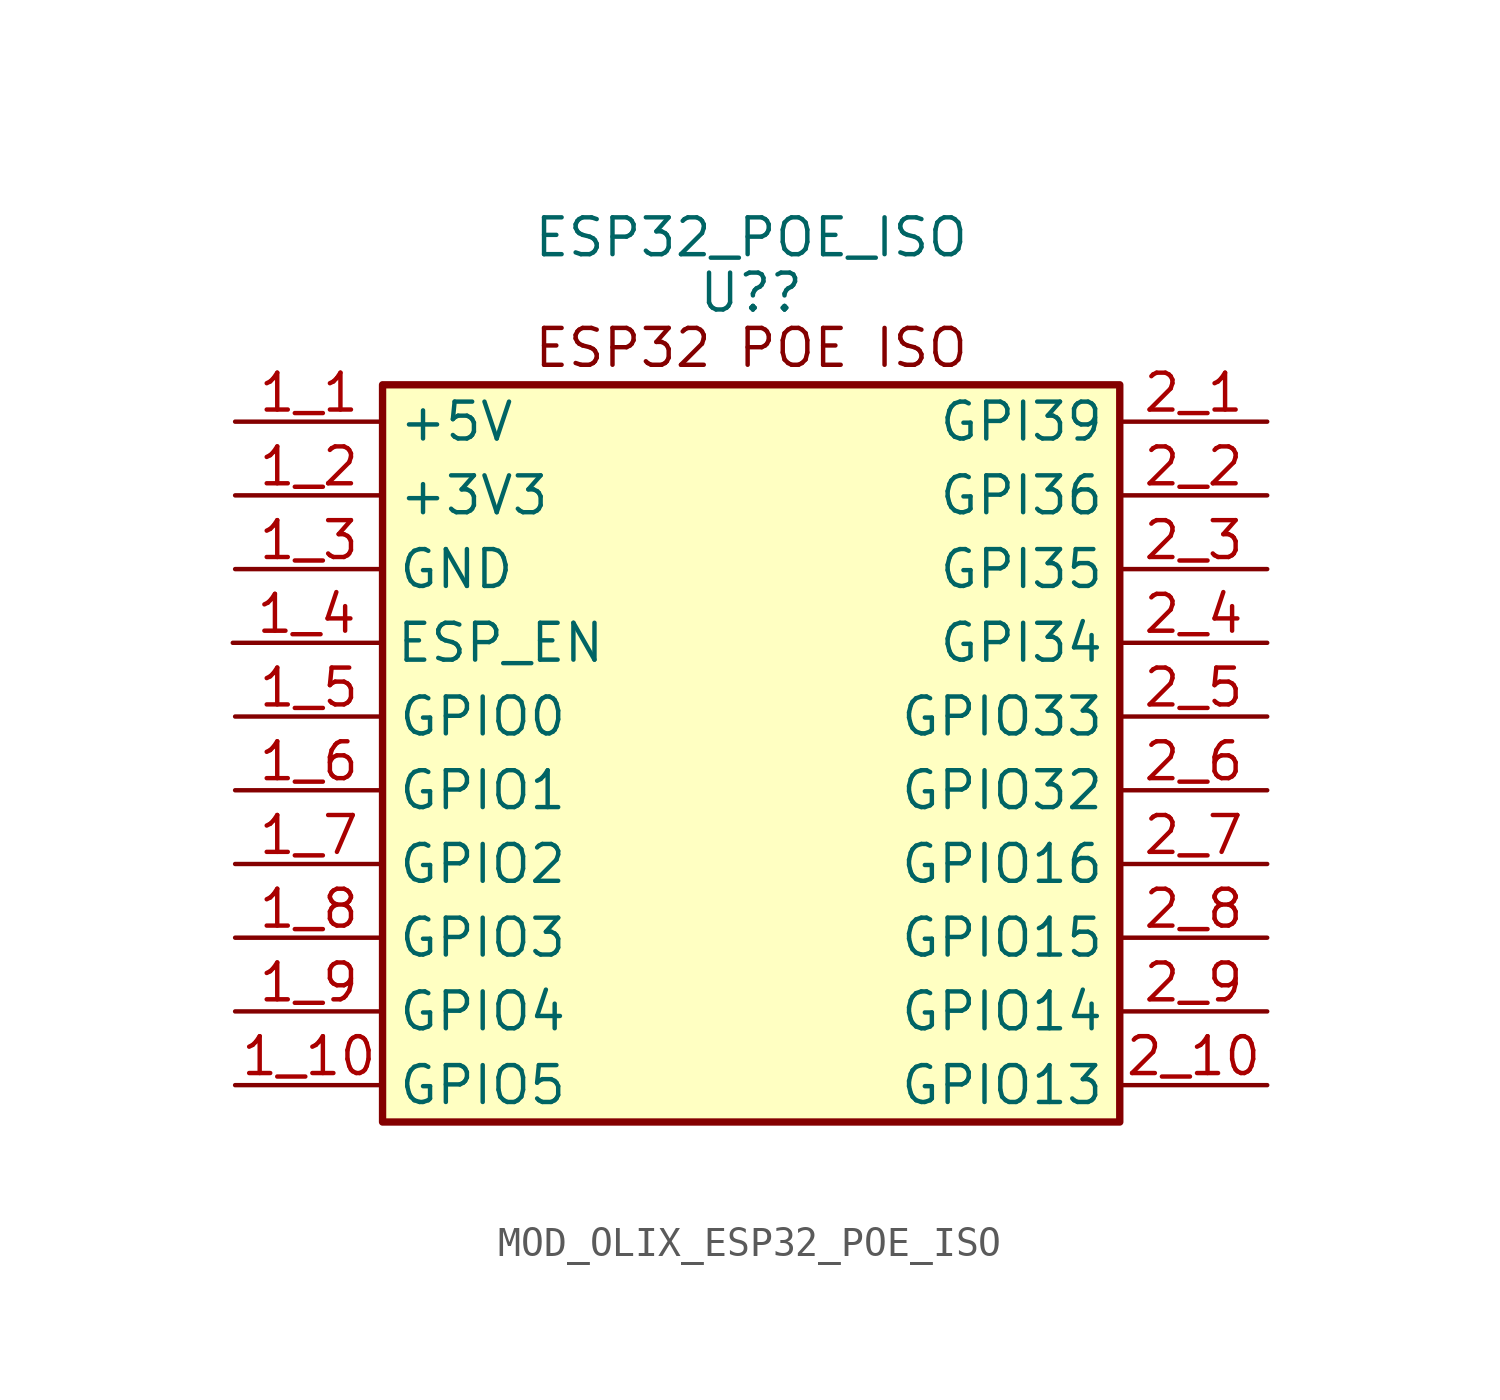
<source format=kicad_sym>
(kicad_symbol_lib
  (version 20231120)
  (generator "kicad_symbol_editor")
  (generator_version "8.0")
  (symbol "MOD_OLIX_ESP32_POE_ISO"
    (property "Reference" "U?"
      (at 12.7 28.575 0)
      (effects (font (size 1.27 1.27))))
    (property "Value" "ESP32_POE_ISO"
      (at 12.7 30.48 0)
      (effects (font (size 1.27 1.27))))
    (symbol "MOD_OLIX_ESP32_POE_ISO_0_0"
      (rectangle (start 0 25.4) (end 25.4 0) (stroke (width 0.254) (type default)) (fill (type background))))
    (symbol "MOD_OLIX_ESP32_POE_ISO_1_1"
      (text "ESP32 POE ISO" (at 12.7 26.67 0) (effects (font (size 1.27 1.27))))
      (pin unspecified line (at -5.08 24.13 0) (length 5.08) (name "+5V" (effects (font (size 1.27 1.27)))) (number "1_1" (effects (font (size 1.27 1.27)))))
      (pin unspecified line (at -5.08 1.27 0) (length 5.08) (name "GPIO5" (effects (font (size 1.27 1.27)))) (number "1_10" (effects (font (size 1.27 1.27)))))
      (pin unspecified line (at -5.08 21.59 0) (length 5.08) (name "+3V3" (effects (font (size 1.27 1.27)))) (number "1_2" (effects (font (size 1.27 1.27)))))
      (pin unspecified line (at -5.08 19.05 0) (length 5.08) (name "GND" (effects (font (size 1.27 1.27)))) (number "1_3" (effects (font (size 1.27 1.27)))))
      (pin unspecified line (at -5.16 16.51 0) (length 5.08) (name "ESP_EN" (effects (font (size 1.27 1.27)))) (number "1_4" (effects (font (size 1.27 1.27)))))
      (pin unspecified line (at -5.08 13.97 0) (length 5.08) (name "GPIO0" (effects (font (size 1.27 1.27)))) (number "1_5" (effects (font (size 1.27 1.27)))))
      (pin unspecified line (at -5.08 11.43 0) (length 5.08) (name "GPIO1" (effects (font (size 1.27 1.27)))) (number "1_6" (effects (font (size 1.27 1.27)))))
      (pin unspecified line (at -5.08 8.89 0) (length 5.08) (name "GPIO2" (effects (font (size 1.27 1.27)))) (number "1_7" (effects (font (size 1.27 1.27)))))
      (pin unspecified line (at -5.08 6.35 0) (length 5.08) (name "GPIO3" (effects (font (size 1.27 1.27)))) (number "1_8" (effects (font (size 1.27 1.27)))))
      (pin unspecified line (at -5.08 3.81 0) (length 5.08) (name "GPIO4" (effects (font (size 1.27 1.27)))) (number "1_9" (effects (font (size 1.27 1.27)))))
      (pin unspecified line (at 30.48 24.13 180) (length 5.08) (name "GPI39" (effects (font (size 1.27 1.27)))) (number "2_1" (effects (font (size 1.27 1.27)))))
      (pin unspecified line (at 30.48 1.27 180) (length 5.08) (name "GPIO13" (effects (font (size 1.27 1.27)))) (number "2_10" (effects (font (size 1.27 1.27)))))
      (pin unspecified line (at 30.48 21.59 180) (length 5.08) (name "GPI36" (effects (font (size 1.27 1.27)))) (number "2_2" (effects (font (size 1.27 1.27)))))
      (pin unspecified line (at 30.48 19.05 180) (length 5.08) (name "GPI35" (effects (font (size 1.27 1.27)))) (number "2_3" (effects (font (size 1.27 1.27)))))
      (pin unspecified line (at 30.48 16.51 180) (length 5.08) (name "GPI34" (effects (font (size 1.27 1.27)))) (number "2_4" (effects (font (size 1.27 1.27)))))
      (pin unspecified line (at 30.48 13.97 180) (length 5.08) (name "GPIO33" (effects (font (size 1.27 1.27)))) (number "2_5" (effects (font (size 1.27 1.27)))))
      (pin unspecified line (at 30.48 11.43 180) (length 5.08) (name "GPIO32" (effects (font (size 1.27 1.27)))) (number "2_6" (effects (font (size 1.27 1.27)))))
      (pin unspecified line (at 30.48 8.89 180) (length 5.08) (name "GPIO16" (effects (font (size 1.27 1.27)))) (number "2_7" (effects (font (size 1.27 1.27)))))
      (pin unspecified line (at 30.48 6.35 180) (length 5.08) (name "GPIO15" (effects (font (size 1.27 1.27)))) (number "2_8" (effects (font (size 1.27 1.27)))))
      (pin unspecified line (at 30.48 3.81 180) (length 5.08) (name "GPIO14" (effects (font (size 1.27 1.27)))) (number "2_9" (effects (font (size 1.27 1.27))))))))
</source>
